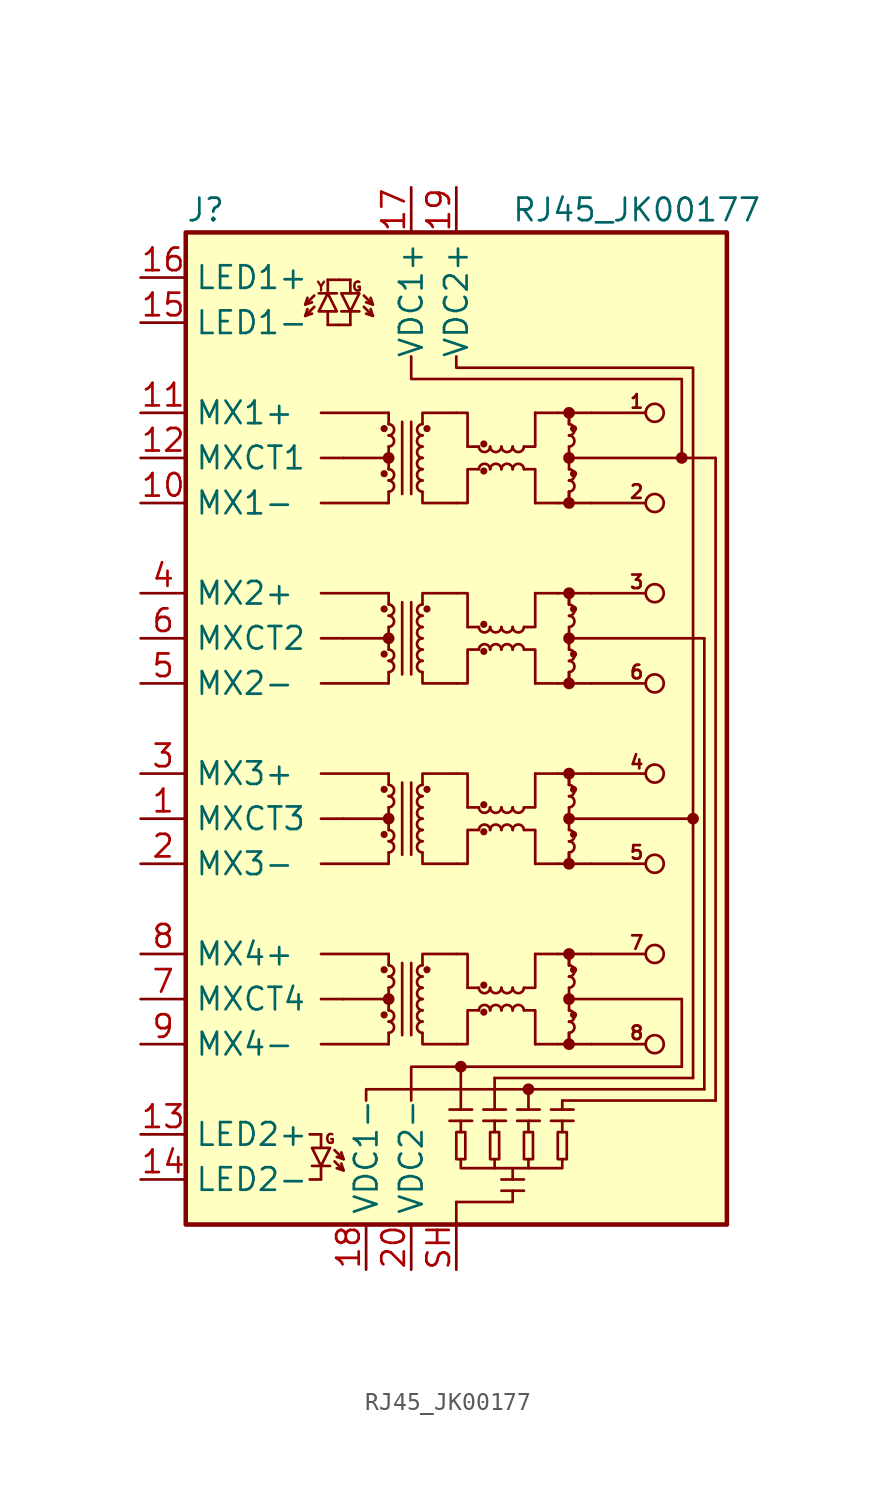
<source format=kicad_sym>
(kicad_symbol_lib
  (version 20220914)
  (generator kicad_symbol_editor)
  (symbol "RJ45_JK00177"
    (property "Reference" "J"
      (at -15.24 29.21 0)
      (effects (font (size 1.27 1.27)) (justify left)))
    (property "Value" "RJ45_JK00177"
      (at 10.16 29.21 0)
      (effects (font (size 1.27 1.27))))
    (symbol "RJ45_JK00177_0_0"
      (text "" (at -7.874 24.892 900) (effects (font (size 1.27 1.27))))
      (text "1" (at 10.16 18.415 0) (effects (font (size 0.762 0.762))))
      (text "2" (at 10.16 13.335 0) (effects (font (size 0.762 0.762))))
      (text "3" (at 10.16 8.255 0) (effects (font (size 0.762 0.762))))
      (text "4" (at 10.16 -1.905 0) (effects (font (size 0.762 0.762))))
      (text "5" (at 10.16 -6.985 0) (effects (font (size 0.762 0.762))))
      (text "6" (at 10.16 3.175 0) (effects (font (size 0.762 0.762))))
      (text "7" (at 10.16 -12.065 0) (effects (font (size 0.762 0.762))))
      (text "8" (at 10.16 -17.145 0) (effects (font (size 0.762 0.762))))
      (text "G" (at -7.112 -23.114 0) (effects (font (size 0.508 0.508))))
      (text "G" (at -5.588 24.892 0) (effects (font (size 0.508 0.508))))
      (text "Y" (at -7.62 24.892 0) (effects (font (size 0.508 0.508)))))
    (symbol "RJ45_JK00177_0_1"
      (rectangle (start -15.24 27.94) (end 15.24 -27.94) (stroke (width 0.254) (type default)) (fill (type background)))
      (circle (center -4.064 -16.129) (radius 0.127) (stroke (width 0) (type default)) (fill (type outline)))
      (circle (center -4.064 -13.589) (radius 0.127) (stroke (width 0) (type default)) (fill (type outline)))
      (circle (center -4.064 -5.969) (radius 0.127) (stroke (width 0) (type default)) (fill (type outline)))
      (circle (center -4.064 -3.429) (radius 0.127) (stroke (width 0) (type default)) (fill (type outline)))
      (circle (center -4.064 4.191) (radius 0.127) (stroke (width 0) (type default)) (fill (type outline)))
      (circle (center -4.064 6.731) (radius 0.127) (stroke (width 0) (type default)) (fill (type outline)))
      (circle (center -4.064 14.351) (radius 0.127) (stroke (width 0) (type default)) (fill (type outline)))
      (circle (center -4.064 16.891) (radius 0.127) (stroke (width 0) (type default)) (fill (type outline)))
      (arc (start -3.81 -17.145) (mid -3.5052 -16.8402) (end -3.81 -16.51) (stroke (width 0) (type default)) (fill (type none)))
      (arc (start -3.81 -16.51) (mid -3.5052 -16.2052) (end -3.81 -15.875) (stroke (width 0) (type default)) (fill (type none)))
      (circle (center -3.81 -15.24) (radius 0.254) (stroke (width 0) (type default)) (fill (type outline)))
      (arc (start -3.81 -14.605) (mid -3.5052 -14.3002) (end -3.81 -13.97) (stroke (width 0) (type default)) (fill (type none)))
      (arc (start -3.81 -13.97) (mid -3.5052 -13.6652) (end -3.81 -13.335) (stroke (width 0) (type default)) (fill (type none)))
      (arc (start -3.81 -6.985) (mid -3.5052 -6.6802) (end -3.81 -6.35) (stroke (width 0) (type default)) (fill (type none)))
      (arc (start -3.81 -6.35) (mid -3.5052 -6.0452) (end -3.81 -5.715) (stroke (width 0) (type default)) (fill (type none)))
      (circle (center -3.81 -5.08) (radius 0.254) (stroke (width 0) (type default)) (fill (type outline)))
      (arc (start -3.81 -4.445) (mid -3.5052 -4.1402) (end -3.81 -3.81) (stroke (width 0) (type default)) (fill (type none)))
      (arc (start -3.81 -3.81) (mid -3.5052 -3.5052) (end -3.81 -3.175) (stroke (width 0) (type default)) (fill (type none)))
      (arc (start -3.81 3.175) (mid -3.5052 3.4798) (end -3.81 3.81) (stroke (width 0) (type default)) (fill (type none)))
      (arc (start -3.81 3.81) (mid -3.5052 4.1148) (end -3.81 4.445) (stroke (width 0) (type default)) (fill (type none)))
      (circle (center -3.81 5.08) (radius 0.254) (stroke (width 0) (type default)) (fill (type outline)))
      (arc (start -3.81 5.715) (mid -3.5052 6.0198) (end -3.81 6.35) (stroke (width 0) (type default)) (fill (type none)))
      (arc (start -3.81 6.35) (mid -3.5052 6.6548) (end -3.81 6.985) (stroke (width 0) (type default)) (fill (type none)))
      (arc (start -3.81 13.335) (mid -3.5052 13.6398) (end -3.81 13.97) (stroke (width 0) (type default)) (fill (type none)))
      (arc (start -3.81 13.97) (mid -3.5052 14.2748) (end -3.81 14.605) (stroke (width 0) (type default)) (fill (type none)))
      (circle (center -3.81 15.24) (radius 0.254) (stroke (width 0) (type default)) (fill (type outline)))
      (arc (start -3.81 15.875) (mid -3.5052 16.1798) (end -3.81 16.51) (stroke (width 0) (type default)) (fill (type none)))
      (arc (start -3.81 16.51) (mid -3.5052 16.8148) (end -3.81 17.145) (stroke (width 0) (type default)) (fill (type none)))
      (arc (start -1.905 -16.51) (mid -2.2098 -16.8148) (end -1.905 -17.145) (stroke (width 0) (type default)) (fill (type none)))
      (arc (start -1.905 -15.875) (mid -2.2098 -16.1798) (end -1.905 -16.51) (stroke (width 0) (type default)) (fill (type none)))
      (arc (start -1.905 -15.24) (mid -2.2098 -15.5448) (end -1.905 -15.875) (stroke (width 0) (type default)) (fill (type none)))
      (arc (start -1.905 -14.605) (mid -2.2098 -14.9098) (end -1.905 -15.24) (stroke (width 0) (type default)) (fill (type none)))
      (arc (start -1.905 -13.97) (mid -2.2098 -14.2748) (end -1.905 -14.605) (stroke (width 0) (type default)) (fill (type none)))
      (arc (start -1.905 -13.335) (mid -2.2098 -13.6398) (end -1.905 -13.97) (stroke (width 0) (type default)) (fill (type none)))
      (arc (start -1.905 -6.35) (mid -2.2098 -6.6548) (end -1.905 -6.985) (stroke (width 0) (type default)) (fill (type none)))
      (arc (start -1.905 -5.715) (mid -2.2098 -6.0198) (end -1.905 -6.35) (stroke (width 0) (type default)) (fill (type none)))
      (arc (start -1.905 -5.08) (mid -2.2098 -5.3848) (end -1.905 -5.715) (stroke (width 0) (type default)) (fill (type none)))
      (arc (start -1.905 -4.445) (mid -2.2098 -4.7498) (end -1.905 -5.08) (stroke (width 0) (type default)) (fill (type none)))
      (arc (start -1.905 -3.81) (mid -2.2098 -4.1148) (end -1.905 -4.445) (stroke (width 0) (type default)) (fill (type none)))
      (arc (start -1.905 -3.175) (mid -2.2098 -3.4798) (end -1.905 -3.81) (stroke (width 0) (type default)) (fill (type none)))
      (arc (start -1.905 3.81) (mid -2.2098 3.5052) (end -1.905 3.175) (stroke (width 0) (type default)) (fill (type none)))
      (arc (start -1.905 4.445) (mid -2.2098 4.1402) (end -1.905 3.81) (stroke (width 0) (type default)) (fill (type none)))
      (arc (start -1.905 5.08) (mid -2.2098 4.7752) (end -1.905 4.445) (stroke (width 0) (type default)) (fill (type none)))
      (arc (start -1.905 5.715) (mid -2.2098 5.4102) (end -1.905 5.08) (stroke (width 0) (type default)) (fill (type none)))
      (arc (start -1.905 6.35) (mid -2.2098 6.0452) (end -1.905 5.715) (stroke (width 0) (type default)) (fill (type none)))
      (arc (start -1.905 6.985) (mid -2.2098 6.6802) (end -1.905 6.35) (stroke (width 0) (type default)) (fill (type none)))
      (arc (start -1.905 13.97) (mid -2.2098 13.6652) (end -1.905 13.335) (stroke (width 0) (type default)) (fill (type none)))
      (arc (start -1.905 14.605) (mid -2.2098 14.3002) (end -1.905 13.97) (stroke (width 0) (type default)) (fill (type none)))
      (arc (start -1.905 15.24) (mid -2.2098 14.9352) (end -1.905 14.605) (stroke (width 0) (type default)) (fill (type none)))
      (arc (start -1.905 15.875) (mid -2.2098 15.5702) (end -1.905 15.24) (stroke (width 0) (type default)) (fill (type none)))
      (arc (start -1.905 16.51) (mid -2.2098 16.2052) (end -1.905 15.875) (stroke (width 0) (type default)) (fill (type none)))
      (arc (start -1.905 17.145) (mid -2.2098 16.8402) (end -1.905 16.51) (stroke (width 0) (type default)) (fill (type none)))
      (circle (center -1.651 -13.589) (radius 0.127) (stroke (width 0) (type default)) (fill (type outline)))
      (circle (center -1.651 -3.429) (radius 0.127) (stroke (width 0) (type default)) (fill (type outline)))
      (circle (center -1.651 6.731) (radius 0.127) (stroke (width 0) (type default)) (fill (type outline)))
      (circle (center -1.651 16.891) (radius 0.127) (stroke (width 0) (type default)) (fill (type outline)))
      (rectangle (start 0 -22.733) (end 0.508 -24.257) (stroke (width 0.152) (type default)) (fill (type none)))
      (polyline (pts (xy -7.62 -17.78) (xy -3.81 -17.78)) (stroke (width 0) (type default)) (fill (type none)))
      (polyline (pts (xy -7.62 -15.24) (xy -6.35 -15.24)) (stroke (width 0) (type default)) (fill (type none)))
      (polyline (pts (xy -7.62 -12.7) (xy -3.81 -12.7)) (stroke (width 0) (type default)) (fill (type none)))
      (polyline (pts (xy -7.62 -7.62) (xy -3.81 -7.62)) (stroke (width 0) (type default)) (fill (type none)))
      (polyline (pts (xy -7.62 -5.08) (xy -6.35 -5.08)) (stroke (width 0) (type default)) (fill (type none)))
      (polyline (pts (xy -7.62 -2.54) (xy -3.81 -2.54)) (stroke (width 0) (type default)) (fill (type none)))
      (polyline (pts (xy -7.62 2.54) (xy -3.81 2.54)) (stroke (width 0) (type default)) (fill (type none)))
      (polyline (pts (xy -7.62 5.08) (xy -6.35 5.08)) (stroke (width 0) (type default)) (fill (type none)))
      (polyline (pts (xy -7.62 7.62) (xy -3.81 7.62)) (stroke (width 0) (type default)) (fill (type none)))
      (polyline (pts (xy -7.62 12.7) (xy -3.81 12.7)) (stroke (width 0) (type default)) (fill (type none)))
      (polyline (pts (xy -7.62 15.24) (xy -6.35 15.24)) (stroke (width 0) (type default)) (fill (type none)))
      (polyline (pts (xy -7.62 17.78) (xy -3.81 17.78)) (stroke (width 0) (type default)) (fill (type none)))
      (polyline (pts (xy -6.35 -15.24) (xy -3.81 -15.24)) (stroke (width 0) (type default)) (fill (type none)))
      (polyline (pts (xy -6.35 -5.08) (xy -3.81 -5.08)) (stroke (width 0) (type default)) (fill (type none)))
      (polyline (pts (xy -6.35 5.08) (xy -3.81 5.08)) (stroke (width 0) (type default)) (fill (type none)))
      (polyline (pts (xy -6.35 15.24) (xy -3.81 15.24)) (stroke (width 0) (type default)) (fill (type none)))
      (polyline (pts (xy -3.81 -17.78) (xy -3.81 -17.145)) (stroke (width 0) (type default)) (fill (type none)))
      (polyline (pts (xy -3.81 -15.24) (xy -3.81 -15.875)) (stroke (width 0) (type default)) (fill (type none)))
      (polyline (pts (xy -3.81 -15.24) (xy -3.81 -14.605)) (stroke (width 0) (type default)) (fill (type none)))
      (polyline (pts (xy -3.81 -12.7) (xy -3.81 -13.335)) (stroke (width 0) (type default)) (fill (type none)))
      (polyline (pts (xy -3.81 -7.62) (xy -3.81 -6.985)) (stroke (width 0) (type default)) (fill (type none)))
      (polyline (pts (xy -3.81 -5.08) (xy -3.81 -5.715)) (stroke (width 0) (type default)) (fill (type none)))
      (polyline (pts (xy -3.81 -5.08) (xy -3.81 -4.445)) (stroke (width 0) (type default)) (fill (type none)))
      (polyline (pts (xy -3.81 -2.54) (xy -3.81 -3.175)) (stroke (width 0) (type default)) (fill (type none)))
      (polyline (pts (xy -3.81 2.54) (xy -3.81 3.175)) (stroke (width 0) (type default)) (fill (type none)))
      (polyline (pts (xy -3.81 5.08) (xy -3.81 4.445)) (stroke (width 0) (type default)) (fill (type none)))
      (polyline (pts (xy -3.81 5.08) (xy -3.81 5.715)) (stroke (width 0) (type default)) (fill (type none)))
      (polyline (pts (xy -3.81 7.62) (xy -3.81 6.985)) (stroke (width 0) (type default)) (fill (type none)))
      (polyline (pts (xy -3.81 12.7) (xy -3.81 13.335)) (stroke (width 0) (type default)) (fill (type none)))
      (polyline (pts (xy -3.81 15.24) (xy -3.81 14.605)) (stroke (width 0) (type default)) (fill (type none)))
      (polyline (pts (xy -3.81 15.24) (xy -3.81 15.875)) (stroke (width 0) (type default)) (fill (type none)))
      (polyline (pts (xy -3.81 17.78) (xy -3.81 17.145)) (stroke (width 0) (type default)) (fill (type none)))
      (polyline (pts (xy -3.048 -17.272) (xy -3.048 -13.208)) (stroke (width 0) (type default)) (fill (type none)))
      (polyline (pts (xy -3.048 -7.112) (xy -3.048 -3.048)) (stroke (width 0) (type default)) (fill (type none)))
      (polyline (pts (xy -3.048 3.048) (xy -3.048 7.112)) (stroke (width 0) (type default)) (fill (type none)))
      (polyline (pts (xy -3.048 13.208) (xy -3.048 17.272)) (stroke (width 0) (type default)) (fill (type none)))
      (polyline (pts (xy -2.54 -17.272) (xy -2.54 -13.208)) (stroke (width 0) (type default)) (fill (type none)))
      (polyline (pts (xy -2.54 -7.112) (xy -2.54 -3.048)) (stroke (width 0) (type default)) (fill (type none)))
      (polyline (pts (xy -2.54 3.048) (xy -2.54 7.112)) (stroke (width 0) (type default)) (fill (type none)))
      (polyline (pts (xy -2.54 13.208) (xy -2.54 17.272)) (stroke (width 0) (type default)) (fill (type none)))
      (polyline (pts (xy -0.381 -22.098) (xy 0.889 -22.098)) (stroke (width 0.152) (type default)) (fill (type none)))
      (polyline (pts (xy -0.381 -21.463) (xy 0.889 -21.463)) (stroke (width 0.152) (type default)) (fill (type none)))
      (polyline (pts (xy 0 -27.94) (xy 0 -26.67)) (stroke (width 0.152) (type default)) (fill (type none)))
      (polyline (pts (xy 0.254 -21.463) (xy 0.254 -19.05)) (stroke (width 0.152) (type default)) (fill (type none)))
      (polyline (pts (xy 0.254 -19.05) (xy 12.7 -19.05)) (stroke (width 0) (type default)) (fill (type none)))
      (polyline (pts (xy 0.635 -14.605) (xy 1.27 -14.605)) (stroke (width 0) (type default)) (fill (type none)))
      (polyline (pts (xy 0.635 -4.445) (xy 1.27 -4.445)) (stroke (width 0) (type default)) (fill (type none)))
      (polyline (pts (xy 0.635 5.715) (xy 1.27 5.715)) (stroke (width 0) (type default)) (fill (type none)))
      (polyline (pts (xy 0.635 15.875) (xy 1.27 15.875)) (stroke (width 0) (type default)) (fill (type none)))
      (polyline (pts (xy 1.524 -22.098) (xy 2.794 -22.098)) (stroke (width 0.152) (type default)) (fill (type none)))
      (polyline (pts (xy 1.524 -21.463) (xy 2.794 -21.463)) (stroke (width 0.152) (type default)) (fill (type none)))
      (polyline (pts (xy 2.159 -24.257) (xy 2.159 -24.765)) (stroke (width 0.152) (type default)) (fill (type none)))
      (polyline (pts (xy 2.159 -21.463) (xy 2.159 -19.685)) (stroke (width 0.152) (type default)) (fill (type none)))
      (polyline (pts (xy 3.429 -22.098) (xy 4.699 -22.098)) (stroke (width 0.152) (type default)) (fill (type none)))
      (polyline (pts (xy 3.429 -21.463) (xy 4.699 -21.463)) (stroke (width 0.152) (type default)) (fill (type none)))
      (polyline (pts (xy 3.81 -26.035) (xy 2.54 -26.035)) (stroke (width 0.152) (type default)) (fill (type none)))
      (polyline (pts (xy 3.81 -25.4) (xy 2.54 -25.4)) (stroke (width 0.152) (type default)) (fill (type none)))
      (polyline (pts (xy 4.064 -24.257) (xy 4.064 -24.765)) (stroke (width 0.152) (type default)) (fill (type none)))
      (polyline (pts (xy 4.064 -21.463) (xy 4.064 -20.32)) (stroke (width 0.152) (type default)) (fill (type none)))
      (polyline (pts (xy 4.445 -17.78) (xy 5.715 -17.78)) (stroke (width 0) (type default)) (fill (type none)))
      (polyline (pts (xy 4.445 -12.7) (xy 5.715 -12.7)) (stroke (width 0) (type default)) (fill (type none)))
      (polyline (pts (xy 4.445 -7.62) (xy 5.715 -7.62)) (stroke (width 0) (type default)) (fill (type none)))
      (polyline (pts (xy 4.445 -2.54) (xy 5.715 -2.54)) (stroke (width 0) (type default)) (fill (type none)))
      (polyline (pts (xy 4.445 2.54) (xy 5.715 2.54)) (stroke (width 0) (type default)) (fill (type none)))
      (polyline (pts (xy 4.445 7.62) (xy 5.715 7.62)) (stroke (width 0) (type default)) (fill (type none)))
      (polyline (pts (xy 4.445 12.7) (xy 5.715 12.7)) (stroke (width 0) (type default)) (fill (type none)))
      (polyline (pts (xy 4.445 17.78) (xy 5.715 17.78)) (stroke (width 0) (type default)) (fill (type none)))
      (polyline (pts (xy 5.334 -22.098) (xy 6.604 -22.098)) (stroke (width 0.152) (type default)) (fill (type none)))
      (polyline (pts (xy 5.334 -21.463) (xy 6.604 -21.463)) (stroke (width 0.152) (type default)) (fill (type none)))
      (polyline (pts (xy 5.969 -21.463) (xy 5.969 -20.955)) (stroke (width 0.152) (type default)) (fill (type none)))
      (polyline (pts (xy 6.35 -17.78) (xy 6.35 -17.145)) (stroke (width 0) (type default)) (fill (type none)))
      (polyline (pts (xy 6.35 -15.24) (xy 6.35 -15.875)) (stroke (width 0) (type default)) (fill (type none)))
      (polyline (pts (xy 6.35 -15.24) (xy 6.35 -14.605)) (stroke (width 0) (type default)) (fill (type none)))
      (polyline (pts (xy 6.35 -15.24) (xy 12.7 -15.24)) (stroke (width 0) (type default)) (fill (type none)))
      (polyline (pts (xy 6.35 -12.7) (xy 6.35 -13.335)) (stroke (width 0) (type default)) (fill (type none)))
      (polyline (pts (xy 6.35 -7.62) (xy 6.35 -6.985)) (stroke (width 0) (type default)) (fill (type none)))
      (polyline (pts (xy 6.35 -5.08) (xy 6.35 -5.715)) (stroke (width 0) (type default)) (fill (type none)))
      (polyline (pts (xy 6.35 -5.08) (xy 6.35 -4.445)) (stroke (width 0) (type default)) (fill (type none)))
      (polyline (pts (xy 6.35 -5.08) (xy 13.335 -5.08)) (stroke (width 0) (type default)) (fill (type none)))
      (polyline (pts (xy 6.35 -2.54) (xy 6.35 -3.175)) (stroke (width 0) (type default)) (fill (type none)))
      (polyline (pts (xy 6.35 2.54) (xy 6.35 3.175)) (stroke (width 0) (type default)) (fill (type none)))
      (polyline (pts (xy 6.35 5.08) (xy 6.35 4.445)) (stroke (width 0) (type default)) (fill (type none)))
      (polyline (pts (xy 6.35 5.08) (xy 6.35 5.715)) (stroke (width 0) (type default)) (fill (type none)))
      (polyline (pts (xy 6.35 7.62) (xy 6.35 6.985)) (stroke (width 0) (type default)) (fill (type none)))
      (polyline (pts (xy 6.35 12.7) (xy 6.35 13.335)) (stroke (width 0) (type default)) (fill (type none)))
      (polyline (pts (xy 6.35 15.24) (xy 6.35 14.605)) (stroke (width 0) (type default)) (fill (type none)))
      (polyline (pts (xy 6.35 15.24) (xy 6.35 15.875)) (stroke (width 0) (type default)) (fill (type none)))
      (polyline (pts (xy 6.35 17.78) (xy 6.35 17.145)) (stroke (width 0) (type default)) (fill (type none)))
      (polyline (pts (xy 7.62 -17.78) (xy 6.35 -17.78)) (stroke (width 0) (type default)) (fill (type none)))
      (polyline (pts (xy 7.62 -17.78) (xy 10.668 -17.78)) (stroke (width 0) (type default)) (fill (type none)))
      (polyline (pts (xy 7.62 -12.7) (xy 6.35 -12.7)) (stroke (width 0) (type default)) (fill (type none)))
      (polyline (pts (xy 7.62 -12.7) (xy 10.668 -12.7)) (stroke (width 0) (type default)) (fill (type none)))
      (polyline (pts (xy 7.62 -7.62) (xy 6.35 -7.62)) (stroke (width 0) (type default)) (fill (type none)))
      (polyline (pts (xy 7.62 -7.62) (xy 10.668 -7.62)) (stroke (width 0) (type default)) (fill (type none)))
      (polyline (pts (xy 7.62 -2.54) (xy 6.35 -2.54)) (stroke (width 0) (type default)) (fill (type none)))
      (polyline (pts (xy 7.62 -2.54) (xy 10.668 -2.54)) (stroke (width 0) (type default)) (fill (type none)))
      (polyline (pts (xy 7.62 2.54) (xy 6.35 2.54)) (stroke (width 0) (type default)) (fill (type none)))
      (polyline (pts (xy 7.62 2.54) (xy 10.668 2.54)) (stroke (width 0) (type default)) (fill (type none)))
      (polyline (pts (xy 7.62 7.62) (xy 6.35 7.62)) (stroke (width 0) (type default)) (fill (type none)))
      (polyline (pts (xy 7.62 7.62) (xy 10.668 7.62)) (stroke (width 0) (type default)) (fill (type none)))
      (polyline (pts (xy 7.62 12.7) (xy 6.35 12.7)) (stroke (width 0) (type default)) (fill (type none)))
      (polyline (pts (xy 7.62 12.7) (xy 10.668 12.7)) (stroke (width 0) (type default)) (fill (type none)))
      (polyline (pts (xy 7.62 17.78) (xy 6.35 17.78)) (stroke (width 0) (type default)) (fill (type none)))
      (polyline (pts (xy 7.62 17.78) (xy 10.668 17.78)) (stroke (width 0) (type default)) (fill (type none)))
      (polyline (pts (xy 12.7 -19.05) (xy 12.7 -15.24)) (stroke (width 0) (type default)) (fill (type none)))
      (polyline (pts (xy 13.335 -19.685) (xy 2.159 -19.685)) (stroke (width 0.152) (type default)) (fill (type none)))
      (polyline (pts (xy 13.335 -19.685) (xy 13.335 -5.08)) (stroke (width 0) (type default)) (fill (type none)))
      (polyline (pts (xy 13.97 -20.32) (xy 4.064 -20.32)) (stroke (width 0.152) (type default)) (fill (type none)))
      (polyline (pts (xy 13.97 -20.32) (xy 13.97 5.08)) (stroke (width 0) (type default)) (fill (type none)))
      (polyline (pts (xy 13.97 5.08) (xy 6.35 5.08)) (stroke (width 0) (type default)) (fill (type none)))
      (polyline (pts (xy 14.605 -20.955) (xy 5.969 -20.955)) (stroke (width 0.152) (type default)) (fill (type none)))
      (polyline (pts (xy 14.605 -20.955) (xy 14.605 15.24)) (stroke (width 0) (type default)) (fill (type none)))
      (polyline (pts (xy 14.605 15.24) (xy 6.35 15.24)) (stroke (width 0) (type default)) (fill (type none)))
      (polyline (pts (xy -2.54 -20.955) (xy -2.54 -19.05) (xy 0.254 -19.05)) (stroke (width 0.152) (type default)) (fill (type none)))
      (polyline (pts (xy -1.905 -17.145) (xy -1.905 -17.78) (xy 0 -17.78)) (stroke (width 0) (type default)) (fill (type none)))
      (polyline (pts (xy -1.905 -13.335) (xy -1.905 -12.7) (xy 0 -12.7)) (stroke (width 0) (type default)) (fill (type none)))
      (polyline (pts (xy -1.905 -6.985) (xy -1.905 -7.62) (xy 0 -7.62)) (stroke (width 0) (type default)) (fill (type none)))
      (polyline (pts (xy -1.905 -3.175) (xy -1.905 -2.54) (xy 0 -2.54)) (stroke (width 0) (type default)) (fill (type none)))
      (polyline (pts (xy -1.905 3.175) (xy -1.905 2.54) (xy 0 2.54)) (stroke (width 0) (type default)) (fill (type none)))
      (polyline (pts (xy -1.905 6.985) (xy -1.905 7.62) (xy 0 7.62)) (stroke (width 0) (type default)) (fill (type none)))
      (polyline (pts (xy -1.905 13.335) (xy -1.905 12.7) (xy 0 12.7)) (stroke (width 0) (type default)) (fill (type none)))
      (polyline (pts (xy -1.905 17.145) (xy -1.905 17.78) (xy 0 17.78)) (stroke (width 0) (type default)) (fill (type none)))
      (polyline (pts (xy 0 -26.67) (xy 3.175 -26.67) (xy 3.175 -26.035)) (stroke (width 0.152) (type default)) (fill (type none)))
      (polyline (pts (xy 0 -12.7) (xy 0.635 -12.7) (xy 0.635 -14.605)) (stroke (width 0) (type default)) (fill (type none)))
      (polyline (pts (xy 0 -2.54) (xy 0.635 -2.54) (xy 0.635 -4.445)) (stroke (width 0) (type default)) (fill (type none)))
      (polyline (pts (xy 0 7.62) (xy 0.635 7.62) (xy 0.635 5.715)) (stroke (width 0) (type default)) (fill (type none)))
      (polyline (pts (xy 0 17.78) (xy 0.635 17.78) (xy 0.635 15.875)) (stroke (width 0) (type default)) (fill (type none)))
      (polyline (pts (xy 3.81 -15.875) (xy 4.445 -15.875) (xy 4.445 -17.78)) (stroke (width 0) (type default)) (fill (type none)))
      (polyline (pts (xy 3.81 -14.605) (xy 4.445 -14.605) (xy 4.445 -12.7)) (stroke (width 0) (type default)) (fill (type none)))
      (polyline (pts (xy 3.81 -5.715) (xy 4.445 -5.715) (xy 4.445 -7.62)) (stroke (width 0) (type default)) (fill (type none)))
      (polyline (pts (xy 3.81 -4.445) (xy 4.445 -4.445) (xy 4.445 -2.54)) (stroke (width 0) (type default)) (fill (type none)))
      (polyline (pts (xy 3.81 4.445) (xy 4.445 4.445) (xy 4.445 2.54)) (stroke (width 0) (type default)) (fill (type none)))
      (polyline (pts (xy 3.81 5.715) (xy 4.445 5.715) (xy 4.445 7.62)) (stroke (width 0) (type default)) (fill (type none)))
      (polyline (pts (xy 3.81 14.605) (xy 4.445 14.605) (xy 4.445 12.7)) (stroke (width 0) (type default)) (fill (type none)))
      (polyline (pts (xy 3.81 15.875) (xy 4.445 15.875) (xy 4.445 17.78)) (stroke (width 0) (type default)) (fill (type none)))
      (polyline (pts (xy 4.064 -20.32) (xy -5.08 -20.32) (xy -5.08 -20.955)) (stroke (width 0.152) (type default)) (fill (type none)))
      (polyline (pts (xy 5.715 -17.78) (xy 6.35 -17.78) (xy 6.35 -17.145)) (stroke (width 0) (type default)) (fill (type none)))
      (polyline (pts (xy 5.715 -12.7) (xy 6.35 -12.7) (xy 6.35 -13.335)) (stroke (width 0) (type default)) (fill (type none)))
      (polyline (pts (xy 5.715 -7.62) (xy 6.35 -7.62) (xy 6.35 -6.985)) (stroke (width 0) (type default)) (fill (type none)))
      (polyline (pts (xy 5.715 -2.54) (xy 6.35 -2.54) (xy 6.35 -3.175)) (stroke (width 0) (type default)) (fill (type none)))
      (polyline (pts (xy 5.715 2.54) (xy 6.35 2.54) (xy 6.35 3.175)) (stroke (width 0) (type default)) (fill (type none)))
      (polyline (pts (xy 5.715 7.62) (xy 6.35 7.62) (xy 6.35 6.985)) (stroke (width 0) (type default)) (fill (type none)))
      (polyline (pts (xy 5.715 12.7) (xy 6.35 12.7) (xy 6.35 13.335)) (stroke (width 0) (type default)) (fill (type none)))
      (polyline (pts (xy 5.715 17.78) (xy 6.35 17.78) (xy 6.35 17.145)) (stroke (width 0) (type default)) (fill (type none)))
      (polyline (pts (xy -2.54 20.955) (xy -2.54 19.685) (xy 12.7 19.685) (xy 12.7 15.24)) (stroke (width 0.152) (type default)) (fill (type none)))
      (polyline (pts (xy 0 -17.78) (xy 0.635 -17.78) (xy 0.635 -15.875) (xy 1.27 -15.875)) (stroke (width 0) (type default)) (fill (type none)))
      (polyline (pts (xy 0 -7.62) (xy 0.635 -7.62) (xy 0.635 -5.715) (xy 1.27 -5.715)) (stroke (width 0) (type default)) (fill (type none)))
      (polyline (pts (xy 0 2.54) (xy 0.635 2.54) (xy 0.635 4.445) (xy 1.27 4.445)) (stroke (width 0) (type default)) (fill (type none)))
      (polyline (pts (xy 0 12.7) (xy 0.635 12.7) (xy 0.635 14.605) (xy 1.27 14.605)) (stroke (width 0) (type default)) (fill (type none)))
      (polyline (pts (xy 0.254 -24.257) (xy 0.254 -24.765) (xy 5.969 -24.765) (xy 5.969 -24.257)) (stroke (width 0.152) (type default)) (fill (type none)))
      (polyline (pts (xy 13.335 -5.08) (xy 13.335 20.32) (xy 0 20.32) (xy 0 20.955)) (stroke (width 0.152) (type default)) (fill (type none)))
      (rectangle (start 0.254 -22.733) (end 0.254 -22.098) (stroke (width 0.152) (type default)) (fill (type none)))
      (circle (center 0.254 -19.05) (radius 0.254) (stroke (width 0) (type default)) (fill (type outline)))
      (arc (start 1.27 -14.605) (mid 1.5748 -14.9098) (end 1.905 -14.605) (stroke (width 0) (type default)) (fill (type none)))
      (arc (start 1.27 -4.445) (mid 1.5748 -4.7498) (end 1.905 -4.445) (stroke (width 0) (type default)) (fill (type none)))
      (arc (start 1.27 5.715) (mid 1.5748 5.4102) (end 1.905 5.715) (stroke (width 0) (type default)) (fill (type none)))
      (arc (start 1.27 15.875) (mid 1.5748 15.5702) (end 1.905 15.875) (stroke (width 0) (type default)) (fill (type none)))
      (circle (center 1.549 -15.977) (radius 0.127) (stroke (width 0) (type default)) (fill (type outline)))
      (circle (center 1.549 -14.453) (radius 0.127) (stroke (width 0) (type default)) (fill (type outline)))
      (circle (center 1.549 -5.817) (radius 0.127) (stroke (width 0) (type default)) (fill (type outline)))
      (circle (center 1.549 -4.293) (radius 0.127) (stroke (width 0) (type default)) (fill (type outline)))
      (circle (center 1.549 4.343) (radius 0.127) (stroke (width 0) (type default)) (fill (type outline)))
      (circle (center 1.549 5.867) (radius 0.127) (stroke (width 0) (type default)) (fill (type outline)))
      (circle (center 1.549 14.503) (radius 0.127) (stroke (width 0) (type default)) (fill (type outline)))
      (circle (center 1.549 16.027) (radius 0.127) (stroke (width 0) (type default)) (fill (type outline)))
      (rectangle (start 1.905 -22.733) (end 2.413 -24.257) (stroke (width 0.152) (type default)) (fill (type none)))
      (arc (start 1.905 -15.875) (mid 1.6002 -15.5702) (end 1.27 -15.875) (stroke (width 0) (type default)) (fill (type none)))
      (arc (start 1.905 -14.605) (mid 2.2098 -14.9098) (end 2.54 -14.605) (stroke (width 0) (type default)) (fill (type none)))
      (arc (start 1.905 -5.715) (mid 1.6002 -5.4102) (end 1.27 -5.715) (stroke (width 0) (type default)) (fill (type none)))
      (arc (start 1.905 -4.445) (mid 2.2098 -4.7498) (end 2.54 -4.445) (stroke (width 0) (type default)) (fill (type none)))
      (arc (start 1.905 4.445) (mid 1.6002 4.7498) (end 1.27 4.445) (stroke (width 0) (type default)) (fill (type none)))
      (arc (start 1.905 5.715) (mid 2.2098 5.4102) (end 2.54 5.715) (stroke (width 0) (type default)) (fill (type none)))
      (arc (start 1.905 14.605) (mid 1.6002 14.9098) (end 1.27 14.605) (stroke (width 0) (type default)) (fill (type none)))
      (arc (start 1.905 15.875) (mid 2.2098 15.5702) (end 2.54 15.875) (stroke (width 0) (type default)) (fill (type none)))
      (rectangle (start 2.159 -22.733) (end 2.159 -22.098) (stroke (width 0.152) (type default)) (fill (type none)))
      (arc (start 2.54 -15.875) (mid 2.2352 -15.5702) (end 1.905 -15.875) (stroke (width 0) (type default)) (fill (type none)))
      (arc (start 2.54 -14.605) (mid 2.8448 -14.9098) (end 3.175 -14.605) (stroke (width 0) (type default)) (fill (type none)))
      (arc (start 2.54 -5.715) (mid 2.2352 -5.4102) (end 1.905 -5.715) (stroke (width 0) (type default)) (fill (type none)))
      (arc (start 2.54 -4.445) (mid 2.8448 -4.7498) (end 3.175 -4.445) (stroke (width 0) (type default)) (fill (type none)))
      (arc (start 2.54 4.445) (mid 2.2352 4.7498) (end 1.905 4.445) (stroke (width 0) (type default)) (fill (type none)))
      (arc (start 2.54 5.715) (mid 2.8448 5.4102) (end 3.175 5.715) (stroke (width 0) (type default)) (fill (type none)))
      (arc (start 2.54 14.605) (mid 2.2352 14.9098) (end 1.905 14.605) (stroke (width 0) (type default)) (fill (type none)))
      (arc (start 2.54 15.875) (mid 2.8448 15.5702) (end 3.175 15.875) (stroke (width 0) (type default)) (fill (type none)))
      (rectangle (start 3.175 -24.765) (end 3.175 -25.4) (stroke (width 0.152) (type default)) (fill (type none)))
      (arc (start 3.175 -15.875) (mid 2.8702 -15.5702) (end 2.54 -15.875) (stroke (width 0) (type default)) (fill (type none)))
      (arc (start 3.175 -14.605) (mid 3.4798 -14.9098) (end 3.81 -14.605) (stroke (width 0) (type default)) (fill (type none)))
      (arc (start 3.175 -5.715) (mid 2.8702 -5.4102) (end 2.54 -5.715) (stroke (width 0) (type default)) (fill (type none)))
      (arc (start 3.175 -4.445) (mid 3.4798 -4.7498) (end 3.81 -4.445) (stroke (width 0) (type default)) (fill (type none)))
      (arc (start 3.175 4.445) (mid 2.8702 4.7498) (end 2.54 4.445) (stroke (width 0) (type default)) (fill (type none)))
      (arc (start 3.175 5.715) (mid 3.4798 5.4102) (end 3.81 5.715) (stroke (width 0) (type default)) (fill (type none)))
      (arc (start 3.175 14.605) (mid 2.8702 14.9098) (end 2.54 14.605) (stroke (width 0) (type default)) (fill (type none)))
      (arc (start 3.175 15.875) (mid 3.4798 15.5702) (end 3.81 15.875) (stroke (width 0) (type default)) (fill (type none)))
      (rectangle (start 3.81 -22.733) (end 4.318 -24.257) (stroke (width 0.152) (type default)) (fill (type none)))
      (arc (start 3.81 -15.875) (mid 3.5052 -15.5702) (end 3.175 -15.875) (stroke (width 0) (type default)) (fill (type none)))
      (arc (start 3.81 -5.715) (mid 3.5052 -5.4102) (end 3.175 -5.715) (stroke (width 0) (type default)) (fill (type none)))
      (arc (start 3.81 4.445) (mid 3.5052 4.7498) (end 3.175 4.445) (stroke (width 0) (type default)) (fill (type none)))
      (arc (start 3.81 14.605) (mid 3.5052 14.9098) (end 3.175 14.605) (stroke (width 0) (type default)) (fill (type none)))
      (rectangle (start 4.064 -22.733) (end 4.064 -22.098) (stroke (width 0.152) (type default)) (fill (type none)))
      (circle (center 4.064 -20.32) (radius 0.254) (stroke (width 0) (type default)) (fill (type outline)))
      (rectangle (start 5.715 -22.733) (end 6.223 -24.257) (stroke (width 0.152) (type default)) (fill (type none)))
      (rectangle (start 5.969 -22.733) (end 5.969 -22.098) (stroke (width 0.152) (type default)) (fill (type none)))
      (circle (center 6.35 -17.78) (radius 0.254) (stroke (width 0) (type default)) (fill (type outline)))
      (arc (start 6.35 -17.145) (mid 6.6548 -16.8275) (end 6.35 -16.51) (stroke (width 0) (type default)) (fill (type none)))
      (arc (start 6.35 -16.51) (mid 6.6548 -16.1925) (end 6.35 -15.875) (stroke (width 0) (type default)) (fill (type none)))
      (circle (center 6.35 -15.24) (radius 0.254) (stroke (width 0) (type default)) (fill (type outline)))
      (arc (start 6.35 -14.605) (mid 6.6548 -14.2875) (end 6.35 -13.97) (stroke (width 0) (type default)) (fill (type none)))
      (arc (start 6.35 -13.97) (mid 6.6548 -13.6525) (end 6.35 -13.335) (stroke (width 0) (type default)) (fill (type none)))
      (circle (center 6.35 -12.7) (radius 0.254) (stroke (width 0) (type default)) (fill (type outline)))
      (circle (center 6.35 -7.62) (radius 0.254) (stroke (width 0) (type default)) (fill (type outline)))
      (arc (start 6.35 -6.985) (mid 6.6548 -6.6675) (end 6.35 -6.35) (stroke (width 0) (type default)) (fill (type none)))
      (arc (start 6.35 -6.35) (mid 6.6548 -6.0325) (end 6.35 -5.715) (stroke (width 0) (type default)) (fill (type none)))
      (circle (center 6.35 -5.08) (radius 0.254) (stroke (width 0) (type default)) (fill (type outline)))
      (arc (start 6.35 -4.445) (mid 6.6548 -4.1275) (end 6.35 -3.81) (stroke (width 0) (type default)) (fill (type none)))
      (arc (start 6.35 -3.81) (mid 6.6548 -3.4925) (end 6.35 -3.175) (stroke (width 0) (type default)) (fill (type none)))
      (circle (center 6.35 -2.54) (radius 0.254) (stroke (width 0) (type default)) (fill (type outline)))
      (circle (center 6.35 2.54) (radius 0.254) (stroke (width 0) (type default)) (fill (type outline)))
      (arc (start 6.35 3.175) (mid 6.6548 3.4925) (end 6.35 3.81) (stroke (width 0) (type default)) (fill (type none)))
      (arc (start 6.35 3.81) (mid 6.6548 4.1275) (end 6.35 4.445) (stroke (width 0) (type default)) (fill (type none)))
      (circle (center 6.35 5.08) (radius 0.254) (stroke (width 0) (type default)) (fill (type outline)))
      (arc (start 6.35 5.715) (mid 6.6548 6.0325) (end 6.35 6.35) (stroke (width 0) (type default)) (fill (type none)))
      (arc (start 6.35 6.35) (mid 6.6548 6.6675) (end 6.35 6.985) (stroke (width 0) (type default)) (fill (type none)))
      (circle (center 6.35 7.62) (radius 0.254) (stroke (width 0) (type default)) (fill (type outline)))
      (circle (center 6.35 12.7) (radius 0.254) (stroke (width 0) (type default)) (fill (type outline)))
      (arc (start 6.35 13.335) (mid 6.6548 13.6525) (end 6.35 13.97) (stroke (width 0) (type default)) (fill (type none)))
      (arc (start 6.35 13.97) (mid 6.6548 14.2875) (end 6.35 14.605) (stroke (width 0) (type default)) (fill (type none)))
      (circle (center 6.35 15.24) (radius 0.254) (stroke (width 0) (type default)) (fill (type outline)))
      (arc (start 6.35 15.875) (mid 6.6548 16.1925) (end 6.35 16.51) (stroke (width 0) (type default)) (fill (type none)))
      (arc (start 6.35 16.51) (mid 6.6548 16.8275) (end 6.35 17.145) (stroke (width 0) (type default)) (fill (type none)))
      (circle (center 6.35 17.78) (radius 0.254) (stroke (width 0) (type default)) (fill (type outline)))
      (circle (center 6.604 -16.129) (radius 0.127) (stroke (width 0) (type default)) (fill (type outline)))
      (circle (center 6.604 -13.589) (radius 0.127) (stroke (width 0) (type default)) (fill (type outline)))
      (circle (center 6.604 -5.969) (radius 0.127) (stroke (width 0) (type default)) (fill (type outline)))
      (circle (center 6.604 -3.429) (radius 0.127) (stroke (width 0) (type default)) (fill (type outline)))
      (circle (center 6.604 4.191) (radius 0.127) (stroke (width 0) (type default)) (fill (type outline)))
      (circle (center 6.604 6.731) (radius 0.127) (stroke (width 0) (type default)) (fill (type outline)))
      (circle (center 6.604 14.351) (radius 0.127) (stroke (width 0) (type default)) (fill (type outline)))
      (circle (center 6.604 16.891) (radius 0.127) (stroke (width 0) (type default)) (fill (type outline)))
      (circle (center 11.176 -17.78) (radius 0.508) (stroke (width 0) (type default)) (fill (type none)))
      (circle (center 11.176 -12.7) (radius 0.508) (stroke (width 0) (type default)) (fill (type none)))
      (circle (center 11.176 -7.62) (radius 0.508) (stroke (width 0) (type default)) (fill (type none)))
      (circle (center 11.176 -2.54) (radius 0.508) (stroke (width 0) (type default)) (fill (type none)))
      (circle (center 11.176 2.54) (radius 0.508) (stroke (width 0) (type default)) (fill (type none)))
      (circle (center 11.176 7.62) (radius 0.508) (stroke (width 0) (type default)) (fill (type none)))
      (circle (center 11.176 12.7) (radius 0.508) (stroke (width 0) (type default)) (fill (type none)))
      (circle (center 11.176 17.78) (radius 0.508) (stroke (width 0) (type default)) (fill (type none)))
      (circle (center 12.7 15.24) (radius 0.254) (stroke (width 0) (type default)) (fill (type outline)))
      (circle (center 13.335 -5.08) (radius 0.254) (stroke (width 0) (type default)) (fill (type outline))))
    (symbol "RJ45_JK00177_1_1"
      (polyline (pts (xy -8.509 23.241) (xy -8.382 23.622)) (stroke (width 0) (type default)) (fill (type none)))
      (polyline (pts (xy -8.509 23.876) (xy -8.382 24.257)) (stroke (width 0) (type default)) (fill (type none)))
      (polyline (pts (xy -8.255 -25.4) (xy -7.62 -25.4)) (stroke (width 0) (type default)) (fill (type none)))
      (polyline (pts (xy -8.255 -22.86) (xy -7.62 -22.86)) (stroke (width 0) (type default)) (fill (type none)))
      (polyline (pts (xy -8.128 -24.638) (xy -7.112 -24.638)) (stroke (width 0) (type default)) (fill (type none)))
      (polyline (pts (xy -7.62 -25.4) (xy -7.62 -24.638)) (stroke (width 0) (type default)) (fill (type none)))
      (polyline (pts (xy -7.62 -22.86) (xy -7.62 -23.622)) (stroke (width 0) (type default)) (fill (type none)))
      (polyline (pts (xy -7.239 22.733) (xy -7.239 23.495)) (stroke (width 0) (type default)) (fill (type none)))
      (polyline (pts (xy -7.239 25.273) (xy -7.239 24.511)) (stroke (width 0) (type default)) (fill (type none)))
      (polyline (pts (xy -6.731 24.511) (xy -7.747 24.511)) (stroke (width 0) (type default)) (fill (type none)))
      (polyline (pts (xy -6.604 22.733) (xy -7.239 22.733)) (stroke (width 0) (type default)) (fill (type none)))
      (polyline (pts (xy -6.604 22.733) (xy -5.969 22.733)) (stroke (width 0) (type default)) (fill (type none)))
      (polyline (pts (xy -6.604 25.273) (xy -7.239 25.273)) (stroke (width 0) (type default)) (fill (type none)))
      (polyline (pts (xy -6.604 25.273) (xy -5.969 25.273)) (stroke (width 0) (type default)) (fill (type none)))
      (polyline (pts (xy -6.477 23.495) (xy -5.461 23.495)) (stroke (width 0) (type default)) (fill (type none)))
      (polyline (pts (xy -6.35 -24.892) (xy -6.477 -24.511)) (stroke (width 0) (type default)) (fill (type none)))
      (polyline (pts (xy -6.35 -24.257) (xy -6.477 -23.876)) (stroke (width 0) (type default)) (fill (type none)))
      (polyline (pts (xy -5.969 22.733) (xy -5.969 23.495)) (stroke (width 0) (type default)) (fill (type none)))
      (polyline (pts (xy -5.969 25.273) (xy -5.969 24.511)) (stroke (width 0) (type default)) (fill (type none)))
      (polyline (pts (xy -4.699 23.241) (xy -4.826 23.622)) (stroke (width 0) (type default)) (fill (type none)))
      (polyline (pts (xy -4.699 23.876) (xy -4.826 24.257)) (stroke (width 0) (type default)) (fill (type none)))
      (polyline (pts (xy -8.001 23.749) (xy -8.509 23.241) (xy -8.128 23.368)) (stroke (width 0) (type default)) (fill (type none)))
      (polyline (pts (xy -8.001 24.384) (xy -8.509 23.876) (xy -8.128 24.003)) (stroke (width 0) (type default)) (fill (type none)))
      (polyline (pts (xy -6.858 -24.384) (xy -6.35 -24.892) (xy -6.731 -24.765)) (stroke (width 0) (type default)) (fill (type none)))
      (polyline (pts (xy -6.858 -23.749) (xy -6.35 -24.257) (xy -6.731 -24.13)) (stroke (width 0) (type default)) (fill (type none)))
      (polyline (pts (xy -5.207 23.749) (xy -4.699 23.241) (xy -5.08 23.368)) (stroke (width 0) (type default)) (fill (type none)))
      (polyline (pts (xy -5.207 24.384) (xy -4.699 23.876) (xy -5.08 24.003)) (stroke (width 0) (type default)) (fill (type none)))
      (polyline (pts (xy -7.62 -24.638) (xy -8.128 -23.622) (xy -7.112 -23.622) (xy -7.62 -24.638)) (stroke (width 0) (type default)) (fill (type none)))
      (polyline (pts (xy -7.239 24.511) (xy -6.731 23.495) (xy -7.747 23.495) (xy -7.239 24.511)) (stroke (width 0) (type default)) (fill (type none)))
      (polyline (pts (xy -5.969 23.495) (xy -6.477 24.511) (xy -5.461 24.511) (xy -5.969 23.495)) (stroke (width 0) (type default)) (fill (type none)))
      (pin passive line (at -17.78 -5.08 0) (length 2.54) (name "MXCT3" (effects (font (size 1.27 1.27)))) (number "1" (effects (font (size 1.27 1.27)))))
      (pin passive line (at -17.78 12.7 0) (length 2.54) (name "MX1-" (effects (font (size 1.27 1.27)))) (number "10" (effects (font (size 1.27 1.27)))))
      (pin passive line (at -17.78 17.78 0) (length 2.54) (name "MX1+" (effects (font (size 1.27 1.27)))) (number "11" (effects (font (size 1.27 1.27)))))
      (pin passive line (at -17.78 15.24 0) (length 2.54) (name "MXCT1" (effects (font (size 1.27 1.27)))) (number "12" (effects (font (size 1.27 1.27)))))
      (pin passive line (at -17.78 -22.86 0) (length 2.54) (name "LED2+" (effects (font (size 1.27 1.27)))) (number "13" (effects (font (size 1.27 1.27)))))
      (pin passive line (at -17.78 -25.4 0) (length 2.54) (name "LED2-" (effects (font (size 1.27 1.27)))) (number "14" (effects (font (size 1.27 1.27)))))
      (pin passive line (at -17.78 22.86 0) (length 2.54) (name "LED1-" (effects (font (size 1.27 1.27)))) (number "15" (effects (font (size 1.27 1.27)))))
      (pin passive line (at -17.78 25.4 0) (length 2.54) (name "LED1+" (effects (font (size 1.27 1.27)))) (number "16" (effects (font (size 1.27 1.27)))))
      (pin passive line (at -2.54 30.48 270) (length 2.54) (name "VDC1+" (effects (font (size 1.27 1.27)))) (number "17" (effects (font (size 1.27 1.27)))))
      (pin passive line (at -5.08 -30.48 90) (length 2.54) (name "VDC1-" (effects (font (size 1.27 1.27)))) (number "18" (effects (font (size 1.27 1.27)))))
      (pin passive line (at 0 30.48 270) (length 2.54) (name "VDC2+" (effects (font (size 1.27 1.27)))) (number "19" (effects (font (size 1.27 1.27)))))
      (pin passive line (at -17.78 -7.62 0) (length 2.54) (name "MX3-" (effects (font (size 1.27 1.27)))) (number "2" (effects (font (size 1.27 1.27)))))
      (pin passive line (at -2.54 -30.48 90) (length 2.54) (name "VDC2-" (effects (font (size 1.27 1.27)))) (number "20" (effects (font (size 1.27 1.27)))))
      (pin passive line (at -17.78 -2.54 0) (length 2.54) (name "MX3+" (effects (font (size 1.27 1.27)))) (number "3" (effects (font (size 1.27 1.27)))))
      (pin passive line (at -17.78 7.62 0) (length 2.54) (name "MX2+" (effects (font (size 1.27 1.27)))) (number "4" (effects (font (size 1.27 1.27)))))
      (pin passive line (at -17.78 2.54 0) (length 2.54) (name "MX2-" (effects (font (size 1.27 1.27)))) (number "5" (effects (font (size 1.27 1.27)))))
      (pin passive line (at -17.78 5.08 0) (length 2.54) (name "MXCT2" (effects (font (size 1.27 1.27)))) (number "6" (effects (font (size 1.27 1.27)))))
      (pin passive line (at -17.78 -15.24 0) (length 2.54) (name "MXCT4" (effects (font (size 1.27 1.27)))) (number "7" (effects (font (size 1.27 1.27)))))
      (pin passive line (at -17.78 -12.7 0) (length 2.54) (name "MX4+" (effects (font (size 1.27 1.27)))) (number "8" (effects (font (size 1.27 1.27)))))
      (pin passive line (at -17.78 -17.78 0) (length 2.54) (name "MX4-" (effects (font (size 1.27 1.27)))) (number "9" (effects (font (size 1.27 1.27)))))
      (pin passive line (at 0 -30.48 90) (length 2.54) (name "~" (effects (font (size 1.27 1.27)))) (number "SH" (effects (font (size 1.27 1.27))))))))
</source>
